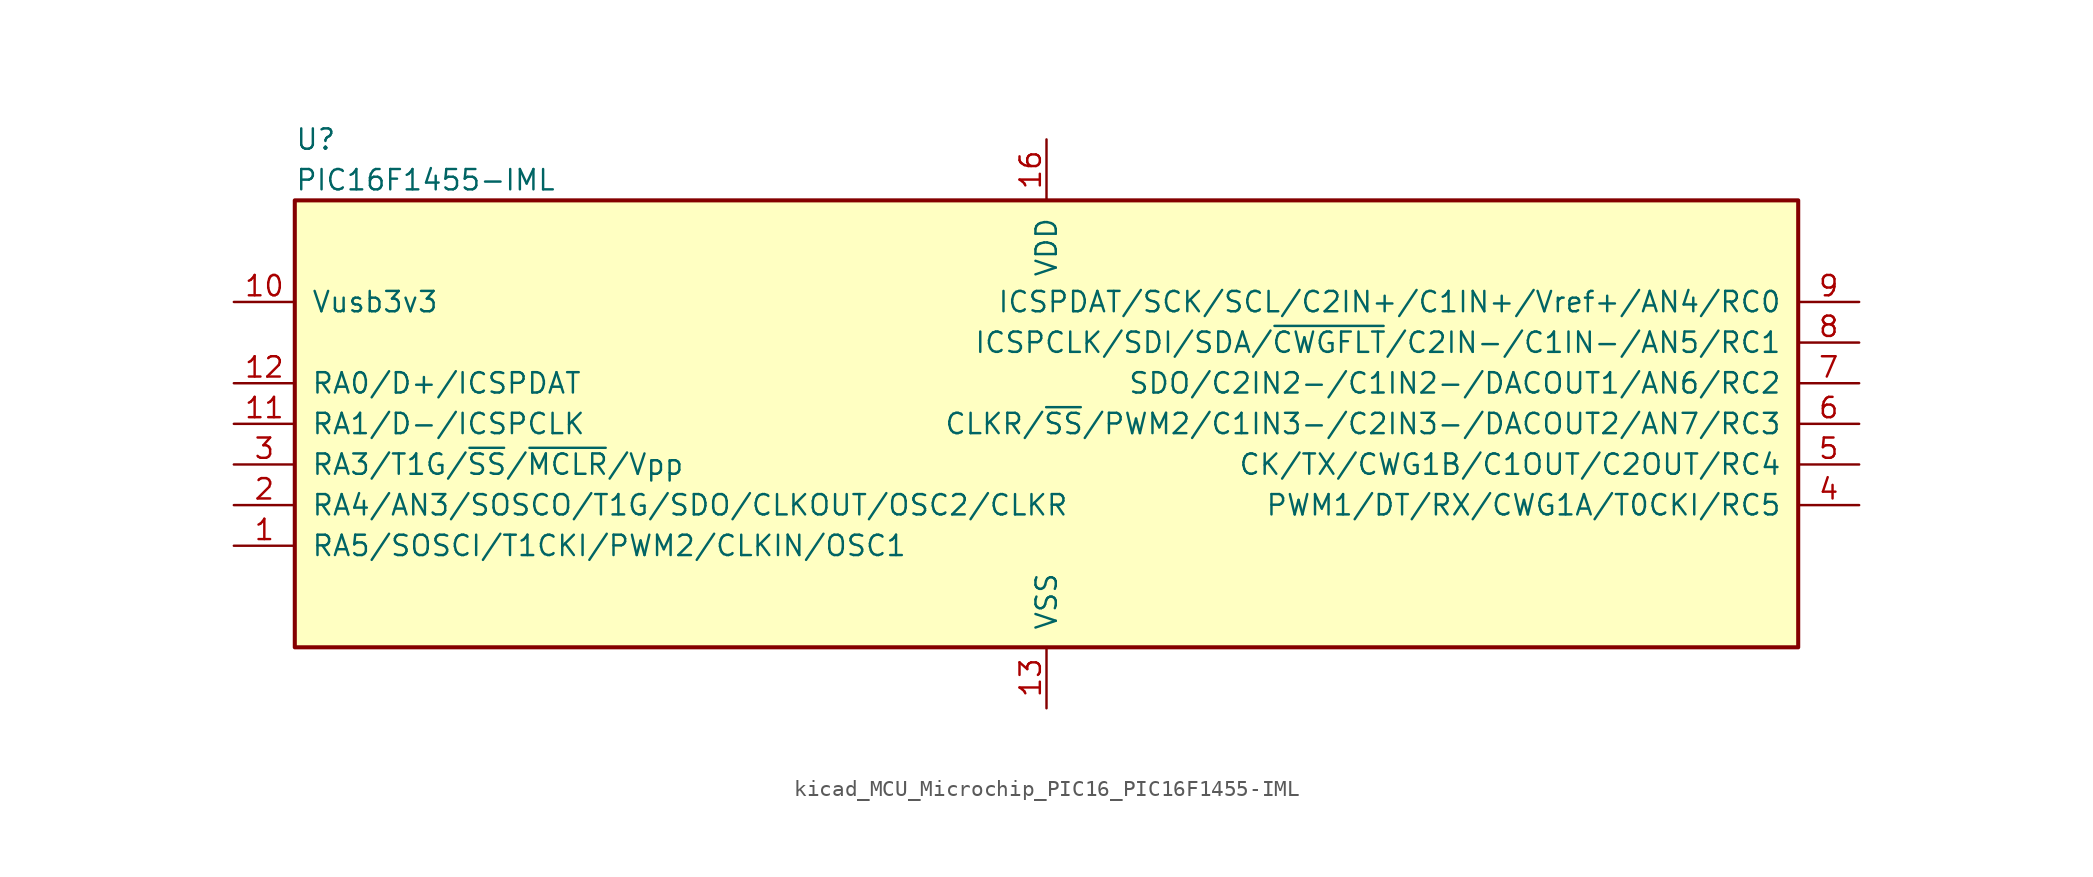
<source format=kicad_sym>
(kicad_symbol_lib
  (version 20220914)
  (generator kicad_symbol_editor)
  (symbol "kicad_MCU_Microchip_PIC16_PIC16F1455-IML"
    (pin_names
      (offset 1.016))
    (property "Reference" "U"
      (at -46.99 17.78 0)
      (effects (font (size 1.27 1.27)) (justify left)))
    (property "Value" "PIC16F1455-IML"
      (at -46.99 15.24 0)
      (effects (font (size 1.27 1.27)) (justify left)))
    (symbol "kicad_MCU_Microchip_PIC16_PIC16F1455-IML_0_1"
      (rectangle (start -46.99 13.97) (end 46.99 -13.97) (stroke (width 0.254) (type default)) (fill (type background))))
    (symbol "kicad_MCU_Microchip_PIC16_PIC16F1455-IML_1_1"
      (pin bidirectional line (at -50.8 -7.62 0) (length 3.81) (name "RA5/SOSCI/T1CKI/PWM2/CLKIN/OSC1" (effects (font (size 1.27 1.27)))) (number "1" (effects (font (size 1.27 1.27)))))
      (pin bidirectional line (at -50.8 7.62 0) (length 3.81) (name "Vusb3v3" (effects (font (size 1.27 1.27)))) (number "10" (effects (font (size 1.27 1.27)))))
      (pin bidirectional line (at -50.8 0 0) (length 3.81) (name "RA1/D-/ICSPCLK" (effects (font (size 1.27 1.27)))) (number "11" (effects (font (size 1.27 1.27)))))
      (pin bidirectional line (at -50.8 2.54 0) (length 3.81) (name "RA0/D+/ICSPDAT" (effects (font (size 1.27 1.27)))) (number "12" (effects (font (size 1.27 1.27)))))
      (pin power_in line (at 0 -17.78 90) (length 3.81) (name "VSS" (effects (font (size 1.27 1.27)))) (number "13" (effects (font (size 1.27 1.27)))))
      (pin power_in line (at 0 17.78 270) (length 3.81) (name "VDD" (effects (font (size 1.27 1.27)))) (number "16" (effects (font (size 1.27 1.27)))))
      (pin bidirectional line (at -50.8 -5.08 0) (length 3.81) (name "RA4/AN3/SOSCO/T1G/SDO/CLKOUT/OSC2/CLKR" (effects (font (size 1.27 1.27)))) (number "2" (effects (font (size 1.27 1.27)))))
      (pin input line (at -50.8 -2.54 0) (length 3.81) (name "RA3/T1G/~{SS}/~{MCLR}/Vpp" (effects (font (size 1.27 1.27)))) (number "3" (effects (font (size 1.27 1.27)))))
      (pin bidirectional line (at 50.8 -5.08 180) (length 3.81) (name "PWM1/DT/RX/CWG1A/T0CKI/RC5" (effects (font (size 1.27 1.27)))) (number "4" (effects (font (size 1.27 1.27)))))
      (pin bidirectional line (at 50.8 -2.54 180) (length 3.81) (name "CK/TX/CWG1B/C1OUT/C2OUT/RC4" (effects (font (size 1.27 1.27)))) (number "5" (effects (font (size 1.27 1.27)))))
      (pin bidirectional line (at 50.8 0 180) (length 3.81) (name "CLKR/~{SS}/PWM2/C1IN3-/C2IN3-/DACOUT2/AN7/RC3" (effects (font (size 1.27 1.27)))) (number "6" (effects (font (size 1.27 1.27)))))
      (pin bidirectional line (at 50.8 2.54 180) (length 3.81) (name "SDO/C2IN2-/C1IN2-/DACOUT1/AN6/RC2" (effects (font (size 1.27 1.27)))) (number "7" (effects (font (size 1.27 1.27)))))
      (pin bidirectional line (at 50.8 5.08 180) (length 3.81) (name "ICSPCLK/SDI/SDA/~{CWGFLT}/C2IN-/C1IN-/AN5/RC1" (effects (font (size 1.27 1.27)))) (number "8" (effects (font (size 1.27 1.27)))))
      (pin bidirectional line (at 50.8 7.62 180) (length 3.81) (name "ICSPDAT/SCK/SCL/C2IN+/C1IN+/Vref+/AN4/RC0" (effects (font (size 1.27 1.27)))) (number "9" (effects (font (size 1.27 1.27))))))))
</source>
